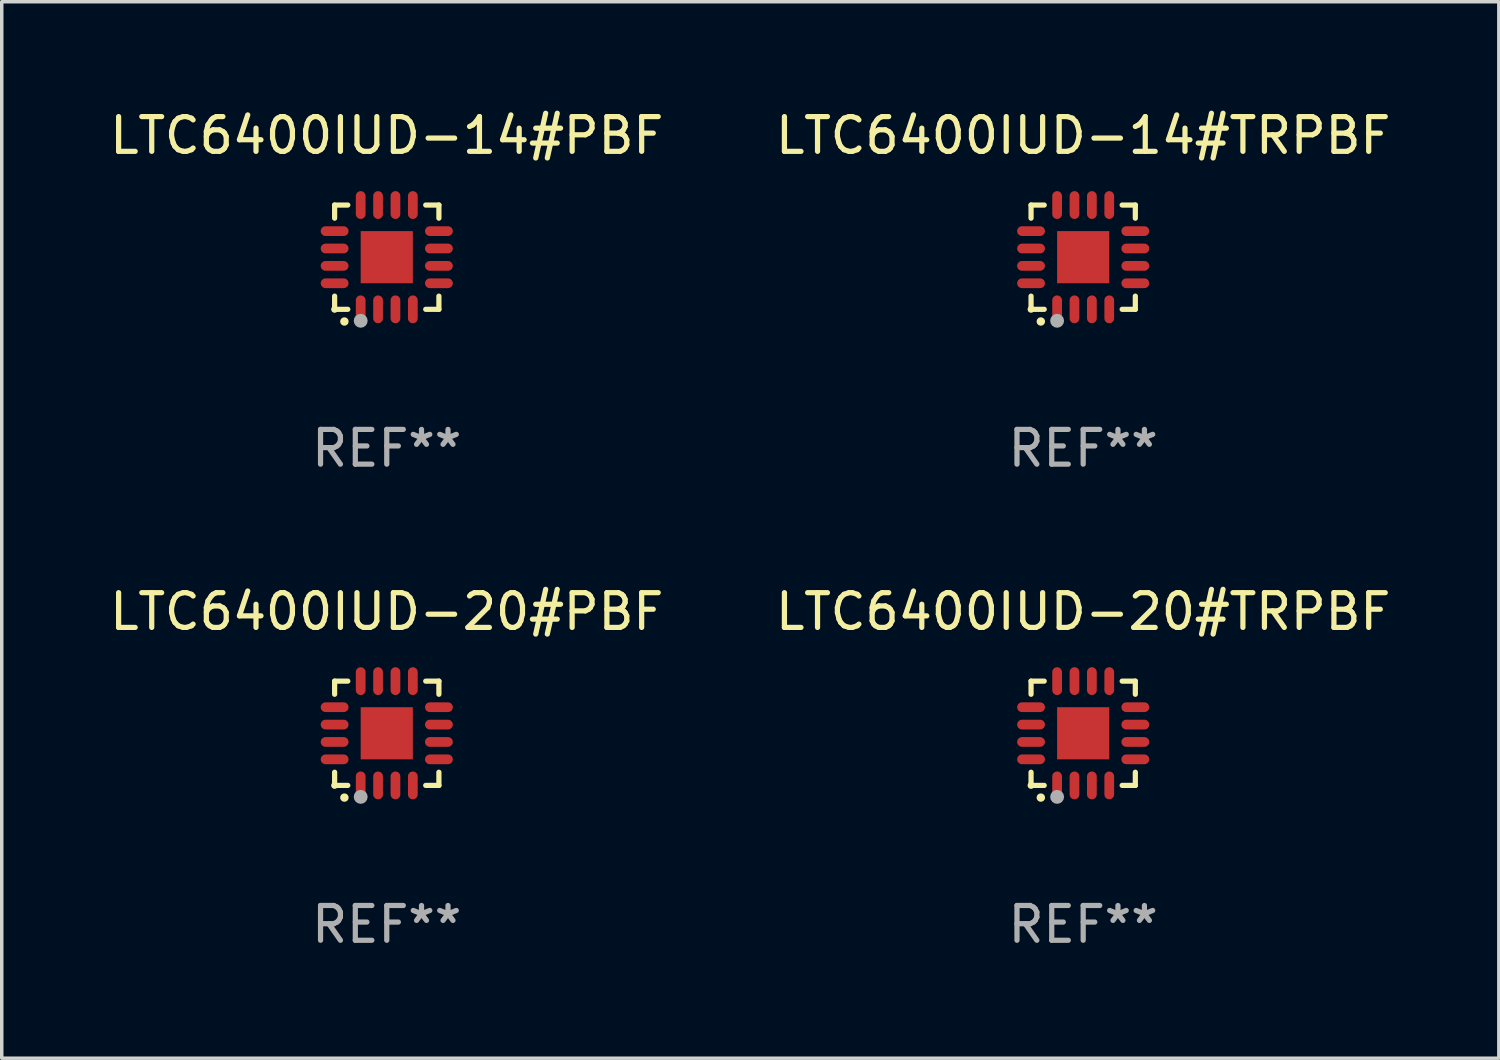
<source format=kicad_pcb>
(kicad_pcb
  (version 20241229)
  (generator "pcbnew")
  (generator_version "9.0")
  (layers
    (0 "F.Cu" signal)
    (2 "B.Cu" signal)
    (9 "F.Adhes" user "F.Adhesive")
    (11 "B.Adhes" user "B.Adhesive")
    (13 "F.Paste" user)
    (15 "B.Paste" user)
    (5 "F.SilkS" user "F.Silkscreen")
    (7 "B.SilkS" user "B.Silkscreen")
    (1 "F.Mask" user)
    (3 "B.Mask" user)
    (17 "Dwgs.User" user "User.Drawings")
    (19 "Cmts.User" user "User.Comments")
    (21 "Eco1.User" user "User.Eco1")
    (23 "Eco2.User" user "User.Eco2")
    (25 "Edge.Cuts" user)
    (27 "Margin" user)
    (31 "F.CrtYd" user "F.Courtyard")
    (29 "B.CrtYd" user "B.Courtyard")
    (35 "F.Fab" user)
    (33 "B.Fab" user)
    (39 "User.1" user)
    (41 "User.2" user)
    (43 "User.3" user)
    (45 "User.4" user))
  (footprint "LTC6400IUD-14#PBF"
    (layer "F.Cu")
    (at 8.077 4.349)
    (property "Reference" "LTC6400IUD-14#PBF" (at 0 -3.5 0) (layer "F.SilkS") (effects (font (size 1 1) (thickness 0.15))))
    (attr through_hole)
    (fp_line (start -1.5 -1.5) (end -1.121 -1.5) (stroke (width 0.15) (type solid)) (layer "F.SilkS"))
    (fp_line (start -1.5 -1.122) (end -1.5 -1.5) (stroke (width 0.15) (type solid)) (layer "F.SilkS"))
    (fp_line (start -1.5 1.5) (end -1.5 1.121) (stroke (width 0.15) (type solid)) (layer "F.SilkS"))
    (fp_line (start -1.121 1.5) (end -1.5 1.5) (stroke (width 0.15) (type solid)) (layer "F.SilkS"))
    (fp_line (start 1.121 -1.5) (end 1.5 -1.5) (stroke (width 0.15) (type solid)) (layer "F.SilkS"))
    (fp_line (start 1.5 -1.5) (end 1.5 -1.122) (stroke (width 0.15) (type solid)) (layer "F.SilkS"))
    (fp_line (start 1.5 1.121) (end 1.5 1.5) (stroke (width 0.15) (type solid)) (layer "F.SilkS"))
    (fp_line (start 1.5 1.5) (end 1.121 1.5) (stroke (width 0.15) (type solid)) (layer "F.SilkS"))
    (fp_arc (start -1.219926 1.850254) (mid -1.21891 1.85025) (end -1.217894 1.850254) (stroke (width 0.240005) (type solid)) (layer "F.SilkS"))
    (fp_circle (center -1.5 1.5) (end -1.45 1.5) (stroke (width 0.1) (type solid)) (fill no) (layer "F.SilkS"))
    (fp_circle (center -0.75 1.83) (end -0.65 1.83) (stroke (width 0.2) (type solid)) (fill no) (layer "F.Fab"))
    (fp_text user "REF**" (at 0 5.5 0) (layer "F.Fab") (effects (font (size 1 1) (thickness 0.15))))
    (pad "1" smd oval (at -0.75 1.5) (size 0.28 0.8) (layers "F.Cu" "F.Mask" "F.Paste"))
    (pad "2" smd oval (at -0.25 1.5) (size 0.28 0.8) (layers "F.Cu" "F.Mask" "F.Paste"))
    (pad "3" smd oval (at 0.25 1.5) (size 0.28 0.8) (layers "F.Cu" "F.Mask" "F.Paste"))
    (pad "4" smd oval (at 0.75 1.5) (size 0.28 0.8) (layers "F.Cu" "F.Mask" "F.Paste"))
    (pad "5" smd oval (at 1.5 0.75) (size 0.8 0.28) (layers "F.Cu" "F.Mask" "F.Paste"))
    (pad "6" smd oval (at 1.5 0.25) (size 0.8 0.28) (layers "F.Cu" "F.Mask" "F.Paste"))
    (pad "7" smd oval (at 1.5 -0.25) (size 0.8 0.28) (layers "F.Cu" "F.Mask" "F.Paste"))
    (pad "8" smd oval (at 1.5 -0.75) (size 0.8 0.28) (layers "F.Cu" "F.Mask" "F.Paste"))
    (pad "9" smd oval (at 0.75 -1.5) (size 0.28 0.8) (layers "F.Cu" "F.Mask" "F.Paste"))
    (pad "10" smd oval (at 0.25 -1.5) (size 0.28 0.8) (layers "F.Cu" "F.Mask" "F.Paste"))
    (pad "11" smd oval (at -0.25 -1.5) (size 0.28 0.8) (layers "F.Cu" "F.Mask" "F.Paste"))
    (pad "12" smd oval (at -0.75 -1.5) (size 0.28 0.8) (layers "F.Cu" "F.Mask" "F.Paste"))
    (pad "13" smd oval (at -1.5 -0.75) (size 0.8 0.28) (layers "F.Cu" "F.Mask" "F.Paste"))
    (pad "14" smd oval (at -1.5 -0.25) (size 0.8 0.28) (layers "F.Cu" "F.Mask" "F.Paste"))
    (pad "15" smd oval (at -1.5 0.25) (size 0.8 0.28) (layers "F.Cu" "F.Mask" "F.Paste"))
    (pad "16" smd oval (at -1.5 0.75) (size 0.8 0.28) (layers "F.Cu" "F.Mask" "F.Paste"))
    (pad "17" smd rect (at -0.000064 0.000165) (size 1.5 1.5) (layers "F.Cu" "F.Mask" "F.Paste")))
  (footprint "LTC6400IUD-20#TRPBF"
    (layer "F.Cu")
    (at 28.113 18.046)
    (property "Reference" "LTC6400IUD-20#TRPBF" (at 0 -3.5 0) (layer "F.SilkS") (effects (font (size 1 1) (thickness 0.15))))
    (attr through_hole)
    (fp_line (start -1.5 -1.5) (end -1.121 -1.5) (stroke (width 0.15) (type solid)) (layer "F.SilkS"))
    (fp_line (start -1.5 -1.122) (end -1.5 -1.5) (stroke (width 0.15) (type solid)) (layer "F.SilkS"))
    (fp_line (start -1.5 1.5) (end -1.5 1.121) (stroke (width 0.15) (type solid)) (layer "F.SilkS"))
    (fp_line (start -1.121 1.5) (end -1.5 1.5) (stroke (width 0.15) (type solid)) (layer "F.SilkS"))
    (fp_line (start 1.121 -1.5) (end 1.5 -1.5) (stroke (width 0.15) (type solid)) (layer "F.SilkS"))
    (fp_line (start 1.5 -1.5) (end 1.5 -1.122) (stroke (width 0.15) (type solid)) (layer "F.SilkS"))
    (fp_line (start 1.5 1.121) (end 1.5 1.5) (stroke (width 0.15) (type solid)) (layer "F.SilkS"))
    (fp_line (start 1.5 1.5) (end 1.121 1.5) (stroke (width 0.15) (type solid)) (layer "F.SilkS"))
    (fp_arc (start -1.219926 1.850254) (mid -1.21891 1.85025) (end -1.217894 1.850254) (stroke (width 0.240005) (type solid)) (layer "F.SilkS"))
    (fp_circle (center -1.5 1.5) (end -1.45 1.5) (stroke (width 0.1) (type solid)) (fill no) (layer "F.SilkS"))
    (fp_circle (center -0.75 1.83) (end -0.65 1.83) (stroke (width 0.2) (type solid)) (fill no) (layer "F.Fab"))
    (fp_text user "REF**" (at 0 5.5 0) (layer "F.Fab") (effects (font (size 1 1) (thickness 0.15))))
    (pad "1" smd oval (at -0.75 1.5) (size 0.28 0.8) (layers "F.Cu" "F.Mask" "F.Paste"))
    (pad "2" smd oval (at -0.25 1.5) (size 0.28 0.8) (layers "F.Cu" "F.Mask" "F.Paste"))
    (pad "3" smd oval (at 0.25 1.5) (size 0.28 0.8) (layers "F.Cu" "F.Mask" "F.Paste"))
    (pad "4" smd oval (at 0.75 1.5) (size 0.28 0.8) (layers "F.Cu" "F.Mask" "F.Paste"))
    (pad "5" smd oval (at 1.5 0.75) (size 0.8 0.28) (layers "F.Cu" "F.Mask" "F.Paste"))
    (pad "6" smd oval (at 1.5 0.25) (size 0.8 0.28) (layers "F.Cu" "F.Mask" "F.Paste"))
    (pad "7" smd oval (at 1.5 -0.25) (size 0.8 0.28) (layers "F.Cu" "F.Mask" "F.Paste"))
    (pad "8" smd oval (at 1.5 -0.75) (size 0.8 0.28) (layers "F.Cu" "F.Mask" "F.Paste"))
    (pad "9" smd oval (at 0.75 -1.5) (size 0.28 0.8) (layers "F.Cu" "F.Mask" "F.Paste"))
    (pad "10" smd oval (at 0.25 -1.5) (size 0.28 0.8) (layers "F.Cu" "F.Mask" "F.Paste"))
    (pad "11" smd oval (at -0.25 -1.5) (size 0.28 0.8) (layers "F.Cu" "F.Mask" "F.Paste"))
    (pad "12" smd oval (at -0.75 -1.5) (size 0.28 0.8) (layers "F.Cu" "F.Mask" "F.Paste"))
    (pad "13" smd oval (at -1.5 -0.75) (size 0.8 0.28) (layers "F.Cu" "F.Mask" "F.Paste"))
    (pad "14" smd oval (at -1.5 -0.25) (size 0.8 0.28) (layers "F.Cu" "F.Mask" "F.Paste"))
    (pad "15" smd oval (at -1.5 0.25) (size 0.8 0.28) (layers "F.Cu" "F.Mask" "F.Paste"))
    (pad "16" smd oval (at -1.5 0.75) (size 0.8 0.28) (layers "F.Cu" "F.Mask" "F.Paste"))
    (pad "17" smd rect (at -0.000064 0.000165) (size 1.5 1.5) (layers "F.Cu" "F.Mask" "F.Paste")))
  (footprint "LTC6400IUD-20#PBF"
    (layer "F.Cu")
    (at 8.077 18.046)
    (property "Reference" "LTC6400IUD-20#PBF" (at 0 -3.5 0) (layer "F.SilkS") (effects (font (size 1 1) (thickness 0.15))))
    (attr through_hole)
    (fp_line (start -1.5 -1.5) (end -1.121 -1.5) (stroke (width 0.15) (type solid)) (layer "F.SilkS"))
    (fp_line (start -1.5 -1.122) (end -1.5 -1.5) (stroke (width 0.15) (type solid)) (layer "F.SilkS"))
    (fp_line (start -1.5 1.5) (end -1.5 1.121) (stroke (width 0.15) (type solid)) (layer "F.SilkS"))
    (fp_line (start -1.121 1.5) (end -1.5 1.5) (stroke (width 0.15) (type solid)) (layer "F.SilkS"))
    (fp_line (start 1.121 -1.5) (end 1.5 -1.5) (stroke (width 0.15) (type solid)) (layer "F.SilkS"))
    (fp_line (start 1.5 -1.5) (end 1.5 -1.122) (stroke (width 0.15) (type solid)) (layer "F.SilkS"))
    (fp_line (start 1.5 1.121) (end 1.5 1.5) (stroke (width 0.15) (type solid)) (layer "F.SilkS"))
    (fp_line (start 1.5 1.5) (end 1.121 1.5) (stroke (width 0.15) (type solid)) (layer "F.SilkS"))
    (fp_arc (start -1.219926 1.850254) (mid -1.21891 1.85025) (end -1.217894 1.850254) (stroke (width 0.240005) (type solid)) (layer "F.SilkS"))
    (fp_circle (center -1.5 1.5) (end -1.45 1.5) (stroke (width 0.1) (type solid)) (fill no) (layer "F.SilkS"))
    (fp_circle (center -0.75 1.83) (end -0.65 1.83) (stroke (width 0.2) (type solid)) (fill no) (layer "F.Fab"))
    (fp_text user "REF**" (at 0 5.5 0) (layer "F.Fab") (effects (font (size 1 1) (thickness 0.15))))
    (pad "1" smd oval (at -0.75 1.5) (size 0.28 0.8) (layers "F.Cu" "F.Mask" "F.Paste"))
    (pad "2" smd oval (at -0.25 1.5) (size 0.28 0.8) (layers "F.Cu" "F.Mask" "F.Paste"))
    (pad "3" smd oval (at 0.25 1.5) (size 0.28 0.8) (layers "F.Cu" "F.Mask" "F.Paste"))
    (pad "4" smd oval (at 0.75 1.5) (size 0.28 0.8) (layers "F.Cu" "F.Mask" "F.Paste"))
    (pad "5" smd oval (at 1.5 0.75) (size 0.8 0.28) (layers "F.Cu" "F.Mask" "F.Paste"))
    (pad "6" smd oval (at 1.5 0.25) (size 0.8 0.28) (layers "F.Cu" "F.Mask" "F.Paste"))
    (pad "7" smd oval (at 1.5 -0.25) (size 0.8 0.28) (layers "F.Cu" "F.Mask" "F.Paste"))
    (pad "8" smd oval (at 1.5 -0.75) (size 0.8 0.28) (layers "F.Cu" "F.Mask" "F.Paste"))
    (pad "9" smd oval (at 0.75 -1.5) (size 0.28 0.8) (layers "F.Cu" "F.Mask" "F.Paste"))
    (pad "10" smd oval (at 0.25 -1.5) (size 0.28 0.8) (layers "F.Cu" "F.Mask" "F.Paste"))
    (pad "11" smd oval (at -0.25 -1.5) (size 0.28 0.8) (layers "F.Cu" "F.Mask" "F.Paste"))
    (pad "12" smd oval (at -0.75 -1.5) (size 0.28 0.8) (layers "F.Cu" "F.Mask" "F.Paste"))
    (pad "13" smd oval (at -1.5 -0.75) (size 0.8 0.28) (layers "F.Cu" "F.Mask" "F.Paste"))
    (pad "14" smd oval (at -1.5 -0.25) (size 0.8 0.28) (layers "F.Cu" "F.Mask" "F.Paste"))
    (pad "15" smd oval (at -1.5 0.25) (size 0.8 0.28) (layers "F.Cu" "F.Mask" "F.Paste"))
    (pad "16" smd oval (at -1.5 0.75) (size 0.8 0.28) (layers "F.Cu" "F.Mask" "F.Paste"))
    (pad "17" smd rect (at -0.000064 0.000165) (size 1.5 1.5) (layers "F.Cu" "F.Mask" "F.Paste")))
  (footprint "LTC6400IUD-14#TRPBF"
    (layer "F.Cu")
    (at 28.113 4.349)
    (property "Reference" "LTC6400IUD-14#TRPBF" (at 0 -3.5 0) (layer "F.SilkS") (effects (font (size 1 1) (thickness 0.15))))
    (attr through_hole)
    (fp_line (start -1.5 -1.5) (end -1.121 -1.5) (stroke (width 0.15) (type solid)) (layer "F.SilkS"))
    (fp_line (start -1.5 -1.122) (end -1.5 -1.5) (stroke (width 0.15) (type solid)) (layer "F.SilkS"))
    (fp_line (start -1.5 1.5) (end -1.5 1.121) (stroke (width 0.15) (type solid)) (layer "F.SilkS"))
    (fp_line (start -1.121 1.5) (end -1.5 1.5) (stroke (width 0.15) (type solid)) (layer "F.SilkS"))
    (fp_line (start 1.121 -1.5) (end 1.5 -1.5) (stroke (width 0.15) (type solid)) (layer "F.SilkS"))
    (fp_line (start 1.5 -1.5) (end 1.5 -1.122) (stroke (width 0.15) (type solid)) (layer "F.SilkS"))
    (fp_line (start 1.5 1.121) (end 1.5 1.5) (stroke (width 0.15) (type solid)) (layer "F.SilkS"))
    (fp_line (start 1.5 1.5) (end 1.121 1.5) (stroke (width 0.15) (type solid)) (layer "F.SilkS"))
    (fp_arc (start -1.219926 1.850254) (mid -1.21891 1.85025) (end -1.217894 1.850254) (stroke (width 0.240005) (type solid)) (layer "F.SilkS"))
    (fp_circle (center -1.5 1.5) (end -1.45 1.5) (stroke (width 0.1) (type solid)) (fill no) (layer "F.SilkS"))
    (fp_circle (center -0.75 1.83) (end -0.65 1.83) (stroke (width 0.2) (type solid)) (fill no) (layer "F.Fab"))
    (fp_text user "REF**" (at 0 5.5 0) (layer "F.Fab") (effects (font (size 1 1) (thickness 0.15))))
    (pad "1" smd oval (at -0.75 1.5) (size 0.28 0.8) (layers "F.Cu" "F.Mask" "F.Paste"))
    (pad "2" smd oval (at -0.25 1.5) (size 0.28 0.8) (layers "F.Cu" "F.Mask" "F.Paste"))
    (pad "3" smd oval (at 0.25 1.5) (size 0.28 0.8) (layers "F.Cu" "F.Mask" "F.Paste"))
    (pad "4" smd oval (at 0.75 1.5) (size 0.28 0.8) (layers "F.Cu" "F.Mask" "F.Paste"))
    (pad "5" smd oval (at 1.5 0.75) (size 0.8 0.28) (layers "F.Cu" "F.Mask" "F.Paste"))
    (pad "6" smd oval (at 1.5 0.25) (size 0.8 0.28) (layers "F.Cu" "F.Mask" "F.Paste"))
    (pad "7" smd oval (at 1.5 -0.25) (size 0.8 0.28) (layers "F.Cu" "F.Mask" "F.Paste"))
    (pad "8" smd oval (at 1.5 -0.75) (size 0.8 0.28) (layers "F.Cu" "F.Mask" "F.Paste"))
    (pad "9" smd oval (at 0.75 -1.5) (size 0.28 0.8) (layers "F.Cu" "F.Mask" "F.Paste"))
    (pad "10" smd oval (at 0.25 -1.5) (size 0.28 0.8) (layers "F.Cu" "F.Mask" "F.Paste"))
    (pad "11" smd oval (at -0.25 -1.5) (size 0.28 0.8) (layers "F.Cu" "F.Mask" "F.Paste"))
    (pad "12" smd oval (at -0.75 -1.5) (size 0.28 0.8) (layers "F.Cu" "F.Mask" "F.Paste"))
    (pad "13" smd oval (at -1.5 -0.75) (size 0.8 0.28) (layers "F.Cu" "F.Mask" "F.Paste"))
    (pad "14" smd oval (at -1.5 -0.25) (size 0.8 0.28) (layers "F.Cu" "F.Mask" "F.Paste"))
    (pad "15" smd oval (at -1.5 0.25) (size 0.8 0.28) (layers "F.Cu" "F.Mask" "F.Paste"))
    (pad "16" smd oval (at -1.5 0.75) (size 0.8 0.28) (layers "F.Cu" "F.Mask" "F.Paste"))
    (pad "17" smd rect (at -0.000064 0.000165) (size 1.5 1.5) (layers "F.Cu" "F.Mask" "F.Paste")))
  (gr_rect
    (start -3 -3)
    (end 40.071 27.394)
    (stroke (width 0.1) (type default))
    (fill no)
    (layer "Edge.Cuts")))
</source>
